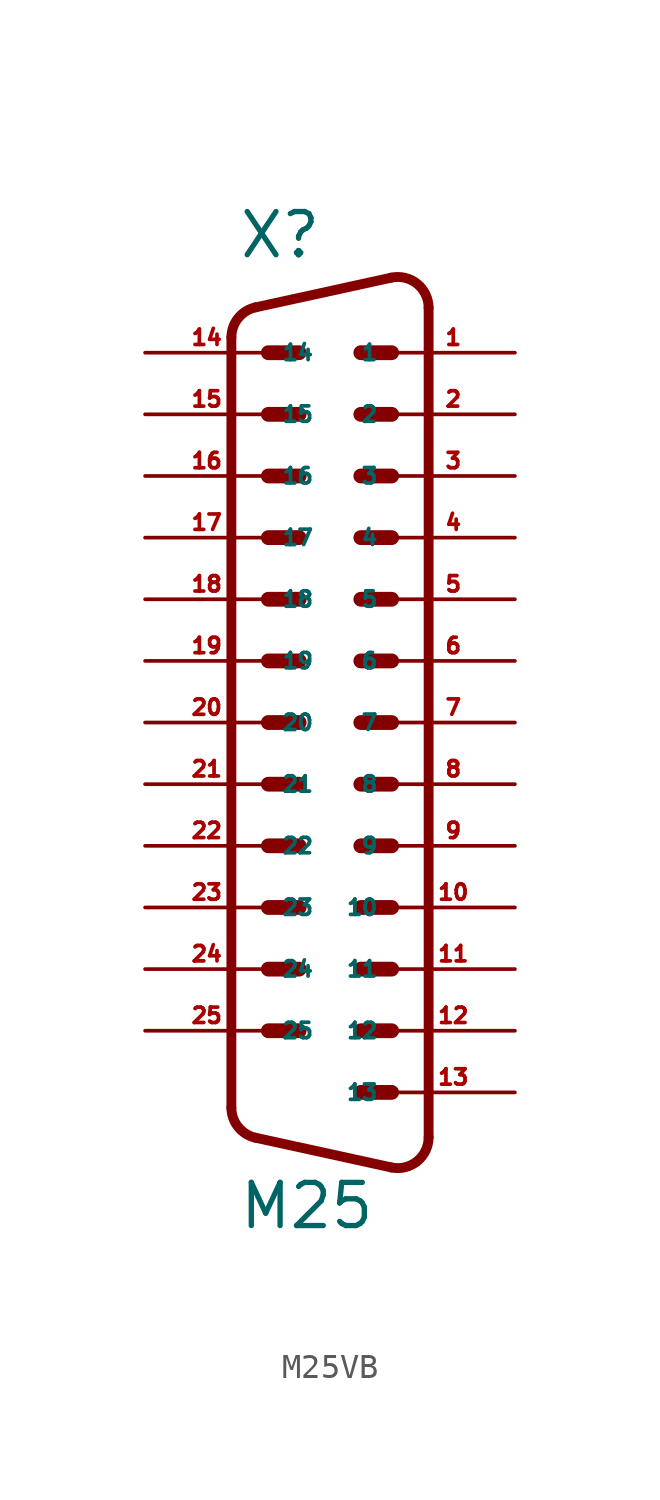
<source format=kicad_sym>
(kicad_symbol_lib
  (version 20220914)
  (generator Eagle2Kicad)
  (symbol "M25VB"
    (property "Reference" "X"
      (at -3.81 16.51 0)
      (effects (font (size 1.778 1.778) (thickness 0.22)) (justify left bottom)))
    (property "Value" "M25"
      (at -3.81 -23.495 0)
      (effects (font (size 1.778 1.778) (thickness 0.22)) (justify left bottom)))
    (polyline
      (pts (xy 1.27 12.7) (xy 2.54 12.7))
      (stroke (width 0.61) (type default))
      (fill (type none)))
    (polyline
      (pts (xy -2.54 12.7) (xy -1.27 12.7))
      (stroke (width 0.61) (type default))
      (fill (type none)))
    (polyline
      (pts (xy 1.27 7.62) (xy 2.54 7.62))
      (stroke (width 0.61) (type default))
      (fill (type none)))
    (polyline
      (pts (xy -2.54 10.16) (xy -1.27 10.16))
      (stroke (width 0.61) (type default))
      (fill (type none)))
    (polyline
      (pts (xy 1.27 2.54) (xy 2.54 2.54))
      (stroke (width 0.61) (type default))
      (fill (type none)))
    (polyline
      (pts (xy -2.54 7.62) (xy -1.27 7.62))
      (stroke (width 0.61) (type default))
      (fill (type none)))
    (polyline
      (pts (xy 1.27 -2.54) (xy 2.54 -2.54))
      (stroke (width 0.61) (type default))
      (fill (type none)))
    (polyline
      (pts (xy -2.54 5.08) (xy -1.27 5.08))
      (stroke (width 0.61) (type default))
      (fill (type none)))
    (polyline
      (pts (xy 1.27 -7.62) (xy 2.54 -7.62))
      (stroke (width 0.61) (type default))
      (fill (type none)))
    (polyline
      (pts (xy -2.54 2.54) (xy -1.27 2.54))
      (stroke (width 0.61) (type default))
      (fill (type none)))
    (polyline
      (pts (xy 1.27 -12.7) (xy 2.54 -12.7))
      (stroke (width 0.61) (type default))
      (fill (type none)))
    (polyline
      (pts (xy -2.54 0) (xy -1.27 0))
      (stroke (width 0.61) (type default))
      (fill (type none)))
    (polyline
      (pts (xy 1.27 -17.78) (xy 2.54 -17.78))
      (stroke (width 0.61) (type default))
      (fill (type none)))
    (polyline
      (pts (xy -2.54 -2.54) (xy -1.27 -2.54))
      (stroke (width 0.61) (type default))
      (fill (type none)))
    (polyline
      (pts (xy 1.27 10.16) (xy 2.54 10.16))
      (stroke (width 0.61) (type default))
      (fill (type none)))
    (polyline
      (pts (xy -2.54 -5.08) (xy -1.27 -5.08))
      (stroke (width 0.61) (type default))
      (fill (type none)))
    (polyline
      (pts (xy 1.27 5.08) (xy 2.54 5.08))
      (stroke (width 0.61) (type default))
      (fill (type none)))
    (polyline
      (pts (xy -2.54 -7.62) (xy -1.27 -7.62))
      (stroke (width 0.61) (type default))
      (fill (type none)))
    (polyline
      (pts (xy 1.27 0) (xy 2.54 0))
      (stroke (width 0.61) (type default))
      (fill (type none)))
    (polyline
      (pts (xy -2.54 -10.16) (xy -1.27 -10.16))
      (stroke (width 0.61) (type default))
      (fill (type none)))
    (polyline
      (pts (xy 1.27 -5.08) (xy 2.54 -5.08))
      (stroke (width 0.61) (type default))
      (fill (type none)))
    (polyline
      (pts (xy -2.54 -12.7) (xy -1.27 -12.7))
      (stroke (width 0.61) (type default))
      (fill (type none)))
    (polyline
      (pts (xy 1.27 -10.16) (xy 2.54 -10.16))
      (stroke (width 0.61) (type default))
      (fill (type none)))
    (polyline
      (pts (xy -2.54 -15.24) (xy -1.27 -15.24))
      (stroke (width 0.61) (type default))
      (fill (type none)))
    (polyline
      (pts (xy 1.27 -15.24) (xy 2.54 -15.24))
      (stroke (width 0.61) (type default))
      (fill (type none)))
    (arc
      (start 2.5226 -20.8718)
      (mid 3.590 -20.620)
      (end 4.0637 -19.6312)
      (stroke (width 0.4064) (type default))
      (fill (type none)))
    (polyline
      (pts (xy 2.523 -20.872) (xy -3.065 -19.649))
      (stroke (width 0.406) (type default))
      (fill (type none)))
    (arc
      (start -4.064 -18.4088)
      (mid -3.783 -19.205)
      (end -3.0654 -19.6494)
      (stroke (width 0.4064) (type default))
      (fill (type none)))
    (polyline
      (pts (xy -4.064 13.329) (xy -4.064 -18.409))
      (stroke (width 0.406) (type default))
      (fill (type none)))
    (arc
      (start -3.0654 14.5694)
      (mid -3.783 14.125)
      (end -4.064 13.3288)
      (stroke (width 0.4064) (type default))
      (fill (type none)))
    (polyline
      (pts (xy 4.064 14.551) (xy 4.064 -19.631))
      (stroke (width 0.406) (type default))
      (fill (type none)))
    (polyline
      (pts (xy 2.523 15.792) (xy -3.065 14.569))
      (stroke (width 0.406) (type default))
      (fill (type none)))
    (arc
      (start 4.064 14.5512)
      (mid 3.590 15.541)
      (end 2.5226 15.7919)
      (stroke (width 0.4064) (type default))
      (fill (type none)))
    (pin passive line
      (at 7.62 12.7 180)
      (length 5.08)
      (name "1" (effects (font (size 0.635 0.635) (thickness 0.08)) (justify left bottom)))
      (number "1" (effects (font (size 0.635 0.635) (thickness 0.08)) (justify left bottom))))
    (pin passive line
      (at -7.62 12.7 0)
      (length 5.08)
      (name "14" (effects (font (size 0.635 0.635) (thickness 0.08)) (justify left bottom)))
      (number "14" (effects (font (size 0.635 0.635) (thickness 0.08)) (justify left bottom))))
    (pin passive line
      (at 7.62 10.16 180)
      (length 5.08)
      (name "2" (effects (font (size 0.635 0.635) (thickness 0.08)) (justify left bottom)))
      (number "2" (effects (font (size 0.635 0.635) (thickness 0.08)) (justify left bottom))))
    (pin passive line
      (at -7.62 10.16 0)
      (length 5.08)
      (name "15" (effects (font (size 0.635 0.635) (thickness 0.08)) (justify left bottom)))
      (number "15" (effects (font (size 0.635 0.635) (thickness 0.08)) (justify left bottom))))
    (pin passive line
      (at 7.62 7.62 180)
      (length 5.08)
      (name "3" (effects (font (size 0.635 0.635) (thickness 0.08)) (justify left bottom)))
      (number "3" (effects (font (size 0.635 0.635) (thickness 0.08)) (justify left bottom))))
    (pin passive line
      (at -7.62 7.62 0)
      (length 5.08)
      (name "16" (effects (font (size 0.635 0.635) (thickness 0.08)) (justify left bottom)))
      (number "16" (effects (font (size 0.635 0.635) (thickness 0.08)) (justify left bottom))))
    (pin passive line
      (at 7.62 5.08 180)
      (length 5.08)
      (name "4" (effects (font (size 0.635 0.635) (thickness 0.08)) (justify left bottom)))
      (number "4" (effects (font (size 0.635 0.635) (thickness 0.08)) (justify left bottom))))
    (pin passive line
      (at -7.62 5.08 0)
      (length 5.08)
      (name "17" (effects (font (size 0.635 0.635) (thickness 0.08)) (justify left bottom)))
      (number "17" (effects (font (size 0.635 0.635) (thickness 0.08)) (justify left bottom))))
    (pin passive line
      (at 7.62 2.54 180)
      (length 5.08)
      (name "5" (effects (font (size 0.635 0.635) (thickness 0.08)) (justify left bottom)))
      (number "5" (effects (font (size 0.635 0.635) (thickness 0.08)) (justify left bottom))))
    (pin passive line
      (at -7.62 2.54 0)
      (length 5.08)
      (name "18" (effects (font (size 0.635 0.635) (thickness 0.08)) (justify left bottom)))
      (number "18" (effects (font (size 0.635 0.635) (thickness 0.08)) (justify left bottom))))
    (pin passive line
      (at 7.62 0 180)
      (length 5.08)
      (name "6" (effects (font (size 0.635 0.635) (thickness 0.08)) (justify left bottom)))
      (number "6" (effects (font (size 0.635 0.635) (thickness 0.08)) (justify left bottom))))
    (pin passive line
      (at -7.62 0 0)
      (length 5.08)
      (name "19" (effects (font (size 0.635 0.635) (thickness 0.08)) (justify left bottom)))
      (number "19" (effects (font (size 0.635 0.635) (thickness 0.08)) (justify left bottom))))
    (pin passive line
      (at 7.62 -2.54 180)
      (length 5.08)
      (name "7" (effects (font (size 0.635 0.635) (thickness 0.08)) (justify left bottom)))
      (number "7" (effects (font (size 0.635 0.635) (thickness 0.08)) (justify left bottom))))
    (pin passive line
      (at -7.62 -2.54 0)
      (length 5.08)
      (name "20" (effects (font (size 0.635 0.635) (thickness 0.08)) (justify left bottom)))
      (number "20" (effects (font (size 0.635 0.635) (thickness 0.08)) (justify left bottom))))
    (pin passive line
      (at 7.62 -5.08 180)
      (length 5.08)
      (name "8" (effects (font (size 0.635 0.635) (thickness 0.08)) (justify left bottom)))
      (number "8" (effects (font (size 0.635 0.635) (thickness 0.08)) (justify left bottom))))
    (pin passive line
      (at -7.62 -5.08 0)
      (length 5.08)
      (name "21" (effects (font (size 0.635 0.635) (thickness 0.08)) (justify left bottom)))
      (number "21" (effects (font (size 0.635 0.635) (thickness 0.08)) (justify left bottom))))
    (pin passive line
      (at 7.62 -7.62 180)
      (length 5.08)
      (name "9" (effects (font (size 0.635 0.635) (thickness 0.08)) (justify left bottom)))
      (number "9" (effects (font (size 0.635 0.635) (thickness 0.08)) (justify left bottom))))
    (pin passive line
      (at -7.62 -7.62 0)
      (length 5.08)
      (name "22" (effects (font (size 0.635 0.635) (thickness 0.08)) (justify left bottom)))
      (number "22" (effects (font (size 0.635 0.635) (thickness 0.08)) (justify left bottom))))
    (pin passive line
      (at 7.62 -10.16 180)
      (length 5.08)
      (name "10" (effects (font (size 0.635 0.635) (thickness 0.08)) (justify left bottom)))
      (number "10" (effects (font (size 0.635 0.635) (thickness 0.08)) (justify left bottom))))
    (pin passive line
      (at -7.62 -10.16 0)
      (length 5.08)
      (name "23" (effects (font (size 0.635 0.635) (thickness 0.08)) (justify left bottom)))
      (number "23" (effects (font (size 0.635 0.635) (thickness 0.08)) (justify left bottom))))
    (pin passive line
      (at 7.62 -12.7 180)
      (length 5.08)
      (name "11" (effects (font (size 0.635 0.635) (thickness 0.08)) (justify left bottom)))
      (number "11" (effects (font (size 0.635 0.635) (thickness 0.08)) (justify left bottom))))
    (pin passive line
      (at -7.62 -12.7 0)
      (length 5.08)
      (name "24" (effects (font (size 0.635 0.635) (thickness 0.08)) (justify left bottom)))
      (number "24" (effects (font (size 0.635 0.635) (thickness 0.08)) (justify left bottom))))
    (pin passive line
      (at 7.62 -15.24 180)
      (length 5.08)
      (name "12" (effects (font (size 0.635 0.635) (thickness 0.08)) (justify left bottom)))
      (number "12" (effects (font (size 0.635 0.635) (thickness 0.08)) (justify left bottom))))
    (pin passive line
      (at -7.62 -15.24 0)
      (length 5.08)
      (name "25" (effects (font (size 0.635 0.635) (thickness 0.08)) (justify left bottom)))
      (number "25" (effects (font (size 0.635 0.635) (thickness 0.08)) (justify left bottom))))
    (pin passive line
      (at 7.62 -17.78 180)
      (length 5.08)
      (name "13" (effects (font (size 0.635 0.635) (thickness 0.08)) (justify left bottom)))
      (number "13" (effects (font (size 0.635 0.635) (thickness 0.08)) (justify left bottom))))))
</source>
